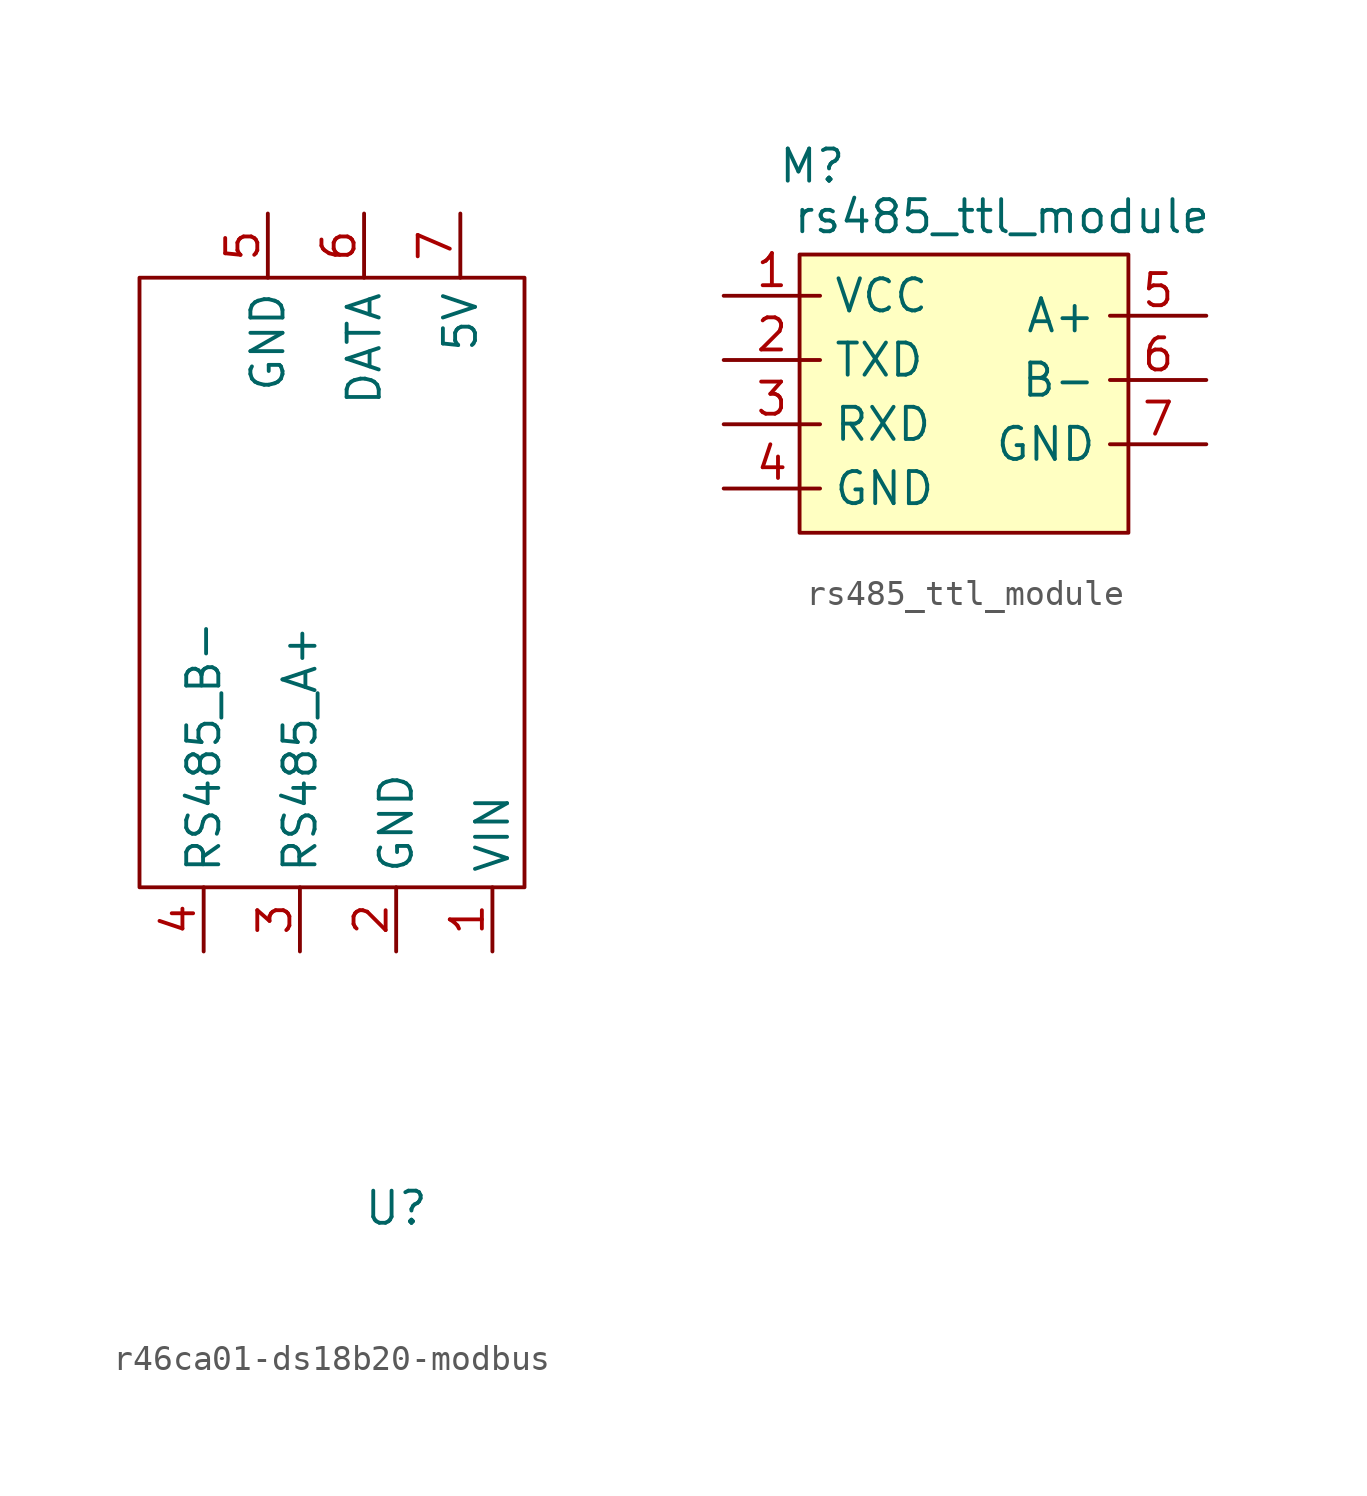
<source format=kicad_sym>
(kicad_symbol_lib
  (version 20231120)
  (generator "kicad_symbol_editor")
  (generator_version "8.0")
  (symbol "r46ca01-ds18b20-modbus"
    (property "Reference" "U"
      (at 0 0 0)
      (effects (font (size 1.27 1.27))))
    (property "Value" ""
      (at 0 0 0)
      (effects (font (size 1.27 1.27))))
    (symbol "r46ca01-ds18b20-modbus_0_1"
      (rectangle (start -10.16 36.83) (end 5.08 12.7) (stroke (width 0) (type default)) (fill (type none))))
    (symbol "r46ca01-ds18b20-modbus_1_1"
      (pin power_in line (at 3.81 10.16 90) (length 2.54) (name "VIN" (effects (font (size 1.27 1.27)))) (number "1" (effects (font (size 1.27 1.27)))))
      (pin power_out line (at 0 10.16 90) (length 2.54) (name "GND" (effects (font (size 1.27 1.27)))) (number "2" (effects (font (size 1.27 1.27)))))
      (pin bidirectional line (at -3.81 10.16 90) (length 2.54) (name "RS485_A+" (effects (font (size 1.27 1.27)))) (number "3" (effects (font (size 1.27 1.27)))))
      (pin bidirectional line (at -7.62 10.16 90) (length 2.54) (name "RS485_B-" (effects (font (size 1.27 1.27)))) (number "4" (effects (font (size 1.27 1.27)))))
      (pin power_out line (at -5.08 39.37 270) (length 2.54) (name "GND" (effects (font (size 1.27 1.27)))) (number "5" (effects (font (size 1.27 1.27)))))
      (pin bidirectional line (at -1.27 39.37 270) (length 2.54) (name "DATA" (effects (font (size 1.27 1.27)))) (number "6" (effects (font (size 1.27 1.27)))))
      (pin power_out line (at 2.54 39.37 270) (length 2.54) (name "5V" (effects (font (size 1.27 1.27)))) (number "7" (effects (font (size 1.27 1.27)))))))
  (symbol "rs485_ttl_module"
    (property "Reference" "M"
      (at -6.5 0 0)
      (effects (font (size 1.27 1.27))))
    (property "Value" "rs485_ttl_module"
      (at 1 -2 0)
      (effects (font (size 1.27 1.27))))
    (symbol "rs485_ttl_module_1_1"
      (rectangle (start -7 -3.5) (end 6 -14.5) (stroke (width 0) (type solid)) (fill (type background)))
      (pin power_out line (at -10 -5.13 0) (length 3.81) (name "VCC" (effects (font (size 1.27 1.27)))) (number "1" (effects (font (size 1.27 1.27)))))
      (pin output line (at -10 -7.67 0) (length 3.81) (name "TXD" (effects (font (size 1.27 1.27)))) (number "2" (effects (font (size 1.27 1.27)))))
      (pin input line (at -10 -10.21 0) (length 3.81) (name "RXD" (effects (font (size 1.27 1.27)))) (number "3" (effects (font (size 1.27 1.27)))))
      (pin power_out line (at -10 -12.75 0) (length 3.81) (name "GND" (effects (font (size 1.27 1.27)))) (number "4" (effects (font (size 1.27 1.27)))))
      (pin bidirectional line (at 9.08 -5.92 180) (length 3.81) (name "A+" (effects (font (size 1.27 1.27)))) (number "5" (effects (font (size 1.27 1.27)))))
      (pin bidirectional line (at 9.08 -8.46 180) (length 3.81) (name "B-" (effects (font (size 1.27 1.27)))) (number "6" (effects (font (size 1.27 1.27)))))
      (pin power_out line (at 9.08 -11 180) (length 3.81) (name "GND" (effects (font (size 1.27 1.27)))) (number "7" (effects (font (size 1.27 1.27))))))))
</source>
